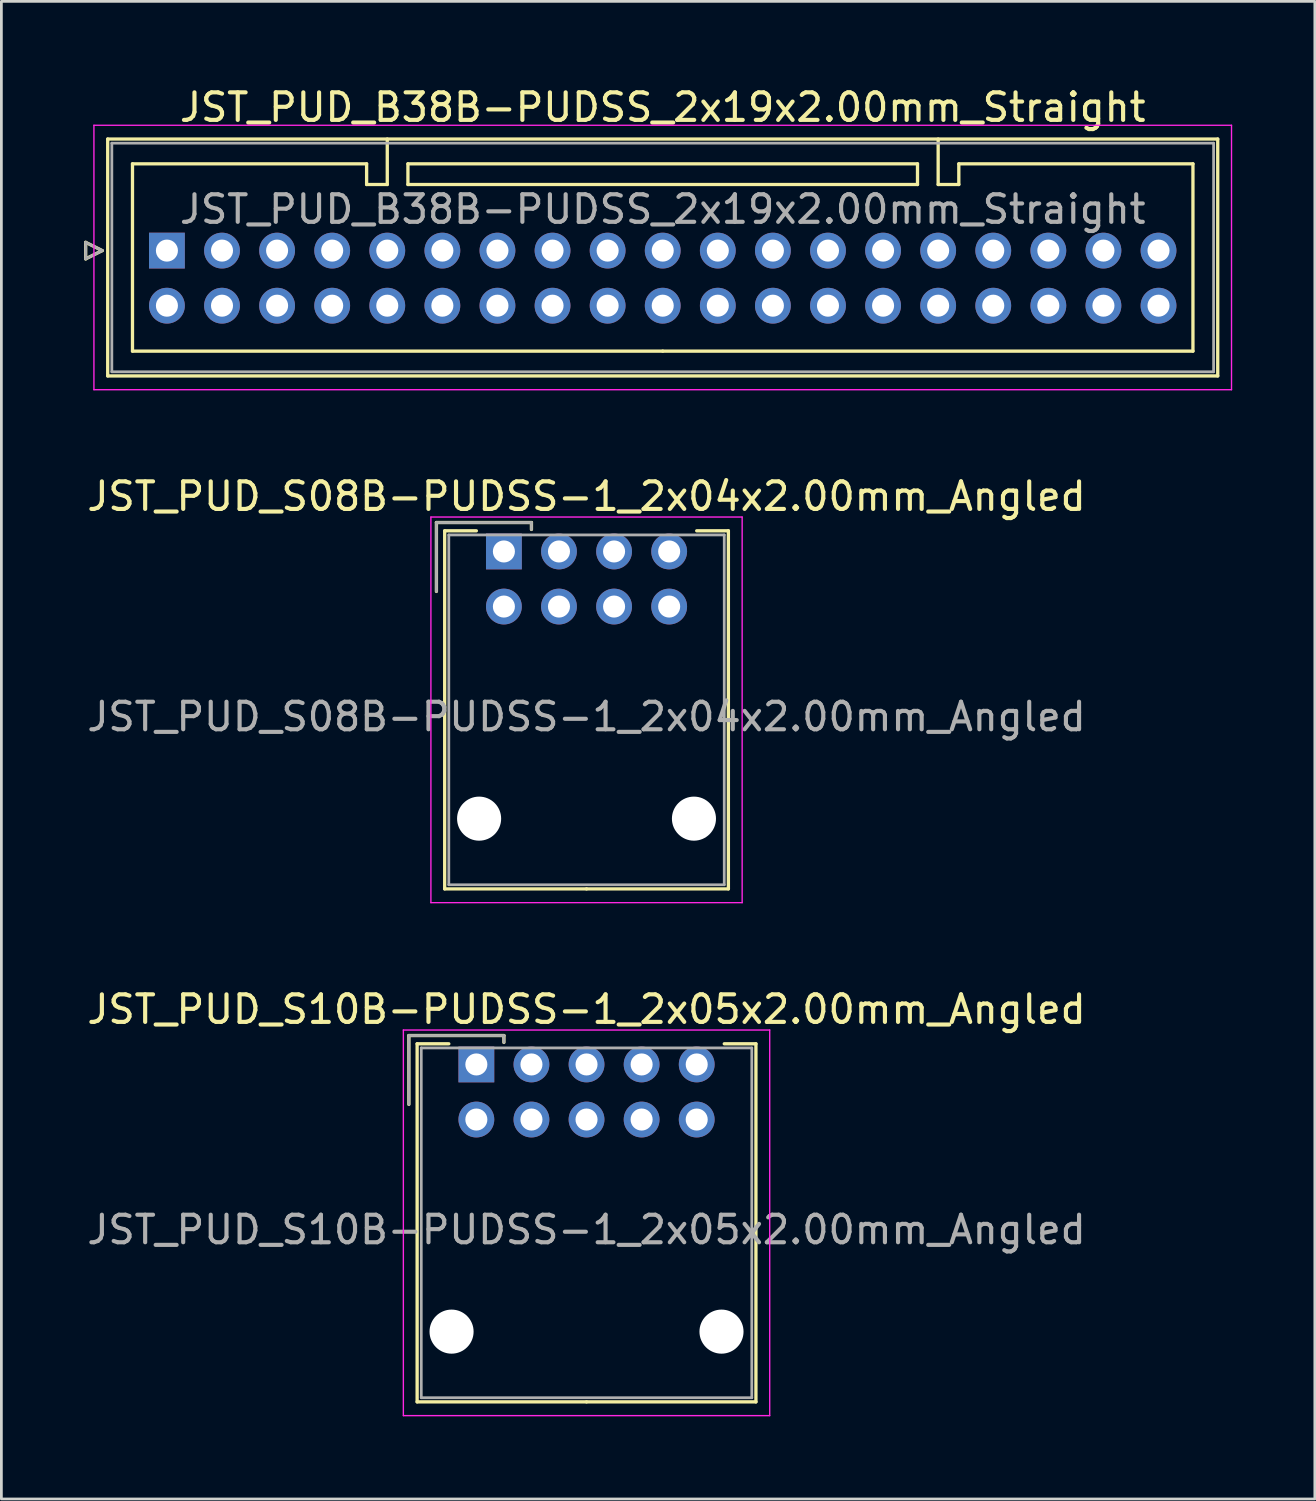
<source format=kicad_pcb>
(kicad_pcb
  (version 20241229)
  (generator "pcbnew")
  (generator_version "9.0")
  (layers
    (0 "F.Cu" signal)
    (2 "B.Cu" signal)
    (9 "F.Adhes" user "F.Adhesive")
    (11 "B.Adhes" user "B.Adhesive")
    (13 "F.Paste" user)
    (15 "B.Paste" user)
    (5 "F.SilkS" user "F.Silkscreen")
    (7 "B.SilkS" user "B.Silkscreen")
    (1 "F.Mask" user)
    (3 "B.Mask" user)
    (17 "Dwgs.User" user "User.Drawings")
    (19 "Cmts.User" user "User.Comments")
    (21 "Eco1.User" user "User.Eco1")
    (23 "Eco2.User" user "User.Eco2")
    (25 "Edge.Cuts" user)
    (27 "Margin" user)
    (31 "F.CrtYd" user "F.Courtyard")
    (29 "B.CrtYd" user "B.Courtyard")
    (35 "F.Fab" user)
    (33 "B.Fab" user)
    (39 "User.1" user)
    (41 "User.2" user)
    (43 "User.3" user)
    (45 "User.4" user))
  (footprint "JST_PUD_B38B-PUDSS_2x19x2.00mm_Straight"
    (layer "F.Cu")
    (at 3.01 6.048)
    (property "Reference" "JST_PUD_B38B-PUDSS_2x19x2.00mm_Straight" (at 18 -5.2 0) (layer "F.SilkS") (effects (font (size 1 1) (thickness 0.15))))
    (attr through_hole)
    (fp_line (start -2.95 -0.3) (end -2.35 0) (stroke (width 0.12) (type solid)) (layer "F.SilkS"))
    (fp_line (start -2.95 0.3) (end -2.95 -0.3) (stroke (width 0.12) (type solid)) (layer "F.SilkS"))
    (fp_line (start -2.35 0) (end -2.95 0.3) (stroke (width 0.12) (type solid)) (layer "F.SilkS"))
    (fp_line (start -2.15 -4.05) (end -2.15 4.55) (stroke (width 0.12) (type solid)) (layer "F.SilkS"))
    (fp_line (start -2.15 4.55) (end 38.15 4.55) (stroke (width 0.12) (type solid)) (layer "F.SilkS"))
    (fp_line (start -1.25 -3.15) (end -1.25 3.65) (stroke (width 0.12) (type solid)) (layer "F.SilkS"))
    (fp_line (start -1.25 3.65) (end 18 3.65) (stroke (width 0.12) (type solid)) (layer "F.SilkS"))
    (fp_line (start 7.25 -3.15) (end -1.25 -3.15) (stroke (width 0.12) (type solid)) (layer "F.SilkS"))
    (fp_line (start 7.25 -2.4) (end 7.25 -3.15) (stroke (width 0.12) (type solid)) (layer "F.SilkS"))
    (fp_line (start 8 -4.05) (end 8 -2.4) (stroke (width 0.12) (type solid)) (layer "F.SilkS"))
    (fp_line (start 8 -2.4) (end 7.25 -2.4) (stroke (width 0.12) (type solid)) (layer "F.SilkS"))
    (fp_line (start 8.75 -3.15) (end 8.75 -2.4) (stroke (width 0.12) (type solid)) (layer "F.SilkS"))
    (fp_line (start 8.75 -2.4) (end 27.25 -2.4) (stroke (width 0.12) (type solid)) (layer "F.SilkS"))
    (fp_line (start 27.25 -3.15) (end 8.75 -3.15) (stroke (width 0.12) (type solid)) (layer "F.SilkS"))
    (fp_line (start 27.25 -2.4) (end 27.25 -3.15) (stroke (width 0.12) (type solid)) (layer "F.SilkS"))
    (fp_line (start 28 -4.05) (end 28 -2.4) (stroke (width 0.12) (type solid)) (layer "F.SilkS"))
    (fp_line (start 28 -2.4) (end 28.75 -2.4) (stroke (width 0.12) (type solid)) (layer "F.SilkS"))
    (fp_line (start 28.75 -3.15) (end 37.25 -3.15) (stroke (width 0.12) (type solid)) (layer "F.SilkS"))
    (fp_line (start 28.75 -2.4) (end 28.75 -3.15) (stroke (width 0.12) (type solid)) (layer "F.SilkS"))
    (fp_line (start 37.25 -3.15) (end 37.25 3.65) (stroke (width 0.12) (type solid)) (layer "F.SilkS"))
    (fp_line (start 37.25 3.65) (end 18 3.65) (stroke (width 0.12) (type solid)) (layer "F.SilkS"))
    (fp_line (start 38.15 -4.05) (end -2.15 -4.05) (stroke (width 0.12) (type solid)) (layer "F.SilkS"))
    (fp_line (start 38.15 4.55) (end 38.15 -4.05) (stroke (width 0.12) (type solid)) (layer "F.SilkS"))
    (fp_line (start -2.65 -4.55) (end -2.65 5.05) (stroke (width 0.05) (type solid)) (layer "F.CrtYd"))
    (fp_line (start -2.65 5.05) (end 38.65 5.05) (stroke (width 0.05) (type solid)) (layer "F.CrtYd"))
    (fp_line (start 38.65 -4.55) (end -2.65 -4.55) (stroke (width 0.05) (type solid)) (layer "F.CrtYd"))
    (fp_line (start 38.65 5.05) (end 38.65 -4.55) (stroke (width 0.05) (type solid)) (layer "F.CrtYd"))
    (fp_line (start -2.95 -0.3) (end -2.35 0) (stroke (width 0.1) (type solid)) (layer "F.Fab"))
    (fp_line (start -2.95 0.3) (end -2.95 -0.3) (stroke (width 0.1) (type solid)) (layer "F.Fab"))
    (fp_line (start -2.35 0) (end -2.95 0.3) (stroke (width 0.1) (type solid)) (layer "F.Fab"))
    (fp_line (start -2 -3.9) (end -2 4.4) (stroke (width 0.1) (type solid)) (layer "F.Fab"))
    (fp_line (start -2 4.4) (end 38 4.4) (stroke (width 0.1) (type solid)) (layer "F.Fab"))
    (fp_line (start 38 -3.9) (end -2 -3.9) (stroke (width 0.1) (type solid)) (layer "F.Fab"))
    (fp_line (start 38 4.4) (end 38 -3.9) (stroke (width 0.1) (type solid)) (layer "F.Fab"))
    (fp_text user "${REFERENCE}" (at 18 -1.5 0) (layer "F.Fab") (effects (font (size 1 1) (thickness 0.15))))
    (pad "1" thru_hole rect (at 0 0) (size 1.3 1.3) (drill 0.8) (layers "*.Cu" "*.Mask"))
    (pad "2" thru_hole circle (at 0 2) (size 1.3 1.3) (drill 0.8) (layers "*.Cu" "*.Mask"))
    (pad "3" thru_hole circle (at 2 0) (size 1.3 1.3) (drill 0.8) (layers "*.Cu" "*.Mask"))
    (pad "4" thru_hole circle (at 2 2) (size 1.3 1.3) (drill 0.8) (layers "*.Cu" "*.Mask"))
    (pad "5" thru_hole circle (at 4 0) (size 1.3 1.3) (drill 0.8) (layers "*.Cu" "*.Mask"))
    (pad "6" thru_hole circle (at 4 2) (size 1.3 1.3) (drill 0.8) (layers "*.Cu" "*.Mask"))
    (pad "7" thru_hole circle (at 6 0) (size 1.3 1.3) (drill 0.8) (layers "*.Cu" "*.Mask"))
    (pad "8" thru_hole circle (at 6 2) (size 1.3 1.3) (drill 0.8) (layers "*.Cu" "*.Mask"))
    (pad "9" thru_hole circle (at 8 0) (size 1.3 1.3) (drill 0.8) (layers "*.Cu" "*.Mask"))
    (pad "10" thru_hole circle (at 8 2) (size 1.3 1.3) (drill 0.8) (layers "*.Cu" "*.Mask"))
    (pad "11" thru_hole circle (at 10 0) (size 1.3 1.3) (drill 0.8) (layers "*.Cu" "*.Mask"))
    (pad "12" thru_hole circle (at 10 2) (size 1.3 1.3) (drill 0.8) (layers "*.Cu" "*.Mask"))
    (pad "13" thru_hole circle (at 12 0) (size 1.3 1.3) (drill 0.8) (layers "*.Cu" "*.Mask"))
    (pad "14" thru_hole circle (at 12 2) (size 1.3 1.3) (drill 0.8) (layers "*.Cu" "*.Mask"))
    (pad "15" thru_hole circle (at 14 0) (size 1.3 1.3) (drill 0.8) (layers "*.Cu" "*.Mask"))
    (pad "16" thru_hole circle (at 14 2) (size 1.3 1.3) (drill 0.8) (layers "*.Cu" "*.Mask"))
    (pad "17" thru_hole circle (at 16 0) (size 1.3 1.3) (drill 0.8) (layers "*.Cu" "*.Mask"))
    (pad "18" thru_hole circle (at 16 2) (size 1.3 1.3) (drill 0.8) (layers "*.Cu" "*.Mask"))
    (pad "19" thru_hole circle (at 18 0) (size 1.3 1.3) (drill 0.8) (layers "*.Cu" "*.Mask"))
    (pad "20" thru_hole circle (at 18 2) (size 1.3 1.3) (drill 0.8) (layers "*.Cu" "*.Mask"))
    (pad "21" thru_hole circle (at 20 0) (size 1.3 1.3) (drill 0.8) (layers "*.Cu" "*.Mask"))
    (pad "22" thru_hole circle (at 20 2) (size 1.3 1.3) (drill 0.8) (layers "*.Cu" "*.Mask"))
    (pad "23" thru_hole circle (at 22 0) (size 1.3 1.3) (drill 0.8) (layers "*.Cu" "*.Mask"))
    (pad "24" thru_hole circle (at 22 2) (size 1.3 1.3) (drill 0.8) (layers "*.Cu" "*.Mask"))
    (pad "25" thru_hole circle (at 24 0) (size 1.3 1.3) (drill 0.8) (layers "*.Cu" "*.Mask"))
    (pad "26" thru_hole circle (at 24 2) (size 1.3 1.3) (drill 0.8) (layers "*.Cu" "*.Mask"))
    (pad "27" thru_hole circle (at 26 0) (size 1.3 1.3) (drill 0.8) (layers "*.Cu" "*.Mask"))
    (pad "28" thru_hole circle (at 26 2) (size 1.3 1.3) (drill 0.8) (layers "*.Cu" "*.Mask"))
    (pad "29" thru_hole circle (at 28 0) (size 1.3 1.3) (drill 0.8) (layers "*.Cu" "*.Mask"))
    (pad "30" thru_hole circle (at 28 2) (size 1.3 1.3) (drill 0.8) (layers "*.Cu" "*.Mask"))
    (pad "31" thru_hole circle (at 30 0) (size 1.3 1.3) (drill 0.8) (layers "*.Cu" "*.Mask"))
    (pad "32" thru_hole circle (at 30 2) (size 1.3 1.3) (drill 0.8) (layers "*.Cu" "*.Mask"))
    (pad "33" thru_hole circle (at 32 0) (size 1.3 1.3) (drill 0.8) (layers "*.Cu" "*.Mask"))
    (pad "34" thru_hole circle (at 32 2) (size 1.3 1.3) (drill 0.8) (layers "*.Cu" "*.Mask"))
    (pad "35" thru_hole circle (at 34 0) (size 1.3 1.3) (drill 0.8) (layers "*.Cu" "*.Mask"))
    (pad "36" thru_hole circle (at 34 2) (size 1.3 1.3) (drill 0.8) (layers "*.Cu" "*.Mask"))
    (pad "37" thru_hole circle (at 36 0) (size 1.3 1.3) (drill 0.8) (layers "*.Cu" "*.Mask"))
    (pad "38" thru_hole circle (at 36 2) (size 1.3 1.3) (drill 0.8) (layers "*.Cu" "*.Mask")))
  (footprint "JST_PUD_S08B-PUDSS-1_2x04x2.00mm_Angled"
    (layer "F.Cu")
    (at 15.244 16.971)
    (property "Reference" "JST_PUD_S08B-PUDSS-1_2x04x2.00mm_Angled" (at 3 -2 0) (layer "F.SilkS") (effects (font (size 1 1) (thickness 0.15))))
    (attr through_hole)
    (fp_line (start -2.45 -1.05) (end -2.45 1.45) (stroke (width 0.12) (type solid)) (layer "F.SilkS"))
    (fp_line (start -2.15 -0.75) (end -2.15 12.25) (stroke (width 0.12) (type solid)) (layer "F.SilkS"))
    (fp_line (start -2.15 12.25) (end 3 12.25) (stroke (width 0.12) (type solid)) (layer "F.SilkS"))
    (fp_line (start -1 -0.75) (end -2.15 -0.75) (stroke (width 0.12) (type solid)) (layer "F.SilkS"))
    (fp_line (start 1 -1.05) (end -2.45 -1.05) (stroke (width 0.12) (type solid)) (layer "F.SilkS"))
    (fp_line (start 1 -0.8) (end 1 -1.05) (stroke (width 0.12) (type solid)) (layer "F.SilkS"))
    (fp_line (start 7 -0.75) (end 8.15 -0.75) (stroke (width 0.12) (type solid)) (layer "F.SilkS"))
    (fp_line (start 8.15 -0.75) (end 8.15 12.25) (stroke (width 0.12) (type solid)) (layer "F.SilkS"))
    (fp_line (start 8.15 12.25) (end 3 12.25) (stroke (width 0.12) (type solid)) (layer "F.SilkS"))
    (fp_line (start -2.65 -1.25) (end -2.65 12.75) (stroke (width 0.05) (type solid)) (layer "F.CrtYd"))
    (fp_line (start -2.65 12.75) (end 8.65 12.75) (stroke (width 0.05) (type solid)) (layer "F.CrtYd"))
    (fp_line (start 8.65 -1.25) (end -2.65 -1.25) (stroke (width 0.05) (type solid)) (layer "F.CrtYd"))
    (fp_line (start 8.65 12.75) (end 8.65 -1.25) (stroke (width 0.05) (type solid)) (layer "F.CrtYd"))
    (fp_line (start -2.45 -1.05) (end -2.45 1.45) (stroke (width 0.1) (type solid)) (layer "F.Fab"))
    (fp_line (start -2 -0.6) (end -2 12.1) (stroke (width 0.1) (type solid)) (layer "F.Fab"))
    (fp_line (start -2 12.1) (end 8 12.1) (stroke (width 0.1) (type solid)) (layer "F.Fab"))
    (fp_line (start 1 -1.05) (end -2.45 -1.05) (stroke (width 0.1) (type solid)) (layer "F.Fab"))
    (fp_line (start 1 -0.8) (end 1 -1.05) (stroke (width 0.1) (type solid)) (layer "F.Fab"))
    (fp_line (start 8 -0.6) (end -2 -0.6) (stroke (width 0.1) (type solid)) (layer "F.Fab"))
    (fp_line (start 8 12.1) (end 8 -0.6) (stroke (width 0.1) (type solid)) (layer "F.Fab"))
    (fp_text user "${REFERENCE}" (at 3 6 0) (layer "F.Fab") (effects (font (size 1 1) (thickness 0.15))))
    (pad "" np_thru_hole circle (at -0.9 9.7) (size 1.6 1.6) (drill 1.6) (layers "*.Cu"))
    (pad "" np_thru_hole circle (at 6.9 9.7) (size 1.6 1.6) (drill 1.6) (layers "*.Cu"))
    (pad "1" thru_hole rect (at 0 0) (size 1.3 1.3) (drill 0.8) (layers "*.Cu" "*.Mask"))
    (pad "2" thru_hole circle (at 0 2) (size 1.3 1.3) (drill 0.8) (layers "*.Cu" "*.Mask"))
    (pad "3" thru_hole circle (at 2 0) (size 1.3 1.3) (drill 0.8) (layers "*.Cu" "*.Mask"))
    (pad "4" thru_hole circle (at 2 2) (size 1.3 1.3) (drill 0.8) (layers "*.Cu" "*.Mask"))
    (pad "5" thru_hole circle (at 4 0) (size 1.3 1.3) (drill 0.8) (layers "*.Cu" "*.Mask"))
    (pad "6" thru_hole circle (at 4 2) (size 1.3 1.3) (drill 0.8) (layers "*.Cu" "*.Mask"))
    (pad "7" thru_hole circle (at 6 0) (size 1.3 1.3) (drill 0.8) (layers "*.Cu" "*.Mask"))
    (pad "8" thru_hole circle (at 6 2) (size 1.3 1.3) (drill 0.8) (layers "*.Cu" "*.Mask")))
  (footprint "JST_PUD_S10B-PUDSS-1_2x05x2.00mm_Angled"
    (layer "F.Cu")
    (at 14.244 35.595)
    (property "Reference" "JST_PUD_S10B-PUDSS-1_2x05x2.00mm_Angled" (at 4 -2 0) (layer "F.SilkS") (effects (font (size 1 1) (thickness 0.15))))
    (attr through_hole)
    (fp_line (start -2.45 -1.05) (end -2.45 1.45) (stroke (width 0.12) (type solid)) (layer "F.SilkS"))
    (fp_line (start -2.15 -0.75) (end -2.15 12.25) (stroke (width 0.12) (type solid)) (layer "F.SilkS"))
    (fp_line (start -2.15 12.25) (end 4 12.25) (stroke (width 0.12) (type solid)) (layer "F.SilkS"))
    (fp_line (start -1 -0.75) (end -2.15 -0.75) (stroke (width 0.12) (type solid)) (layer "F.SilkS"))
    (fp_line (start 1 -1.05) (end -2.45 -1.05) (stroke (width 0.12) (type solid)) (layer "F.SilkS"))
    (fp_line (start 1 -0.8) (end 1 -1.05) (stroke (width 0.12) (type solid)) (layer "F.SilkS"))
    (fp_line (start 9 -0.75) (end 10.15 -0.75) (stroke (width 0.12) (type solid)) (layer "F.SilkS"))
    (fp_line (start 10.15 -0.75) (end 10.15 12.25) (stroke (width 0.12) (type solid)) (layer "F.SilkS"))
    (fp_line (start 10.15 12.25) (end 4 12.25) (stroke (width 0.12) (type solid)) (layer "F.SilkS"))
    (fp_line (start -2.65 -1.25) (end -2.65 12.75) (stroke (width 0.05) (type solid)) (layer "F.CrtYd"))
    (fp_line (start -2.65 12.75) (end 10.65 12.75) (stroke (width 0.05) (type solid)) (layer "F.CrtYd"))
    (fp_line (start 10.65 -1.25) (end -2.65 -1.25) (stroke (width 0.05) (type solid)) (layer "F.CrtYd"))
    (fp_line (start 10.65 12.75) (end 10.65 -1.25) (stroke (width 0.05) (type solid)) (layer "F.CrtYd"))
    (fp_line (start -2.45 -1.05) (end -2.45 1.45) (stroke (width 0.1) (type solid)) (layer "F.Fab"))
    (fp_line (start -2 -0.6) (end -2 12.1) (stroke (width 0.1) (type solid)) (layer "F.Fab"))
    (fp_line (start -2 12.1) (end 10 12.1) (stroke (width 0.1) (type solid)) (layer "F.Fab"))
    (fp_line (start 1 -1.05) (end -2.45 -1.05) (stroke (width 0.1) (type solid)) (layer "F.Fab"))
    (fp_line (start 1 -0.8) (end 1 -1.05) (stroke (width 0.1) (type solid)) (layer "F.Fab"))
    (fp_line (start 10 -0.6) (end -2 -0.6) (stroke (width 0.1) (type solid)) (layer "F.Fab"))
    (fp_line (start 10 12.1) (end 10 -0.6) (stroke (width 0.1) (type solid)) (layer "F.Fab"))
    (fp_text user "${REFERENCE}" (at 4 6 0) (layer "F.Fab") (effects (font (size 1 1) (thickness 0.15))))
    (pad "" np_thru_hole circle (at -0.9 9.7) (size 1.6 1.6) (drill 1.6) (layers "*.Cu"))
    (pad "" np_thru_hole circle (at 8.9 9.7) (size 1.6 1.6) (drill 1.6) (layers "*.Cu"))
    (pad "1" thru_hole rect (at 0 0) (size 1.3 1.3) (drill 0.8) (layers "*.Cu" "*.Mask"))
    (pad "2" thru_hole circle (at 0 2) (size 1.3 1.3) (drill 0.8) (layers "*.Cu" "*.Mask"))
    (pad "3" thru_hole circle (at 2 0) (size 1.3 1.3) (drill 0.8) (layers "*.Cu" "*.Mask"))
    (pad "4" thru_hole circle (at 2 2) (size 1.3 1.3) (drill 0.8) (layers "*.Cu" "*.Mask"))
    (pad "5" thru_hole circle (at 4 0) (size 1.3 1.3) (drill 0.8) (layers "*.Cu" "*.Mask"))
    (pad "6" thru_hole circle (at 4 2) (size 1.3 1.3) (drill 0.8) (layers "*.Cu" "*.Mask"))
    (pad "7" thru_hole circle (at 6 0) (size 1.3 1.3) (drill 0.8) (layers "*.Cu" "*.Mask"))
    (pad "8" thru_hole circle (at 6 2) (size 1.3 1.3) (drill 0.8) (layers "*.Cu" "*.Mask"))
    (pad "9" thru_hole circle (at 8 0) (size 1.3 1.3) (drill 0.8) (layers "*.Cu" "*.Mask"))
    (pad "10" thru_hole circle (at 8 2) (size 1.3 1.3) (drill 0.8) (layers "*.Cu" "*.Mask")))
  (gr_rect
    (start -3 -3)
    (end 44.685 51.37)
    (stroke (width 0.1) (type default))
    (fill no)
    (layer "Edge.Cuts")))
</source>
